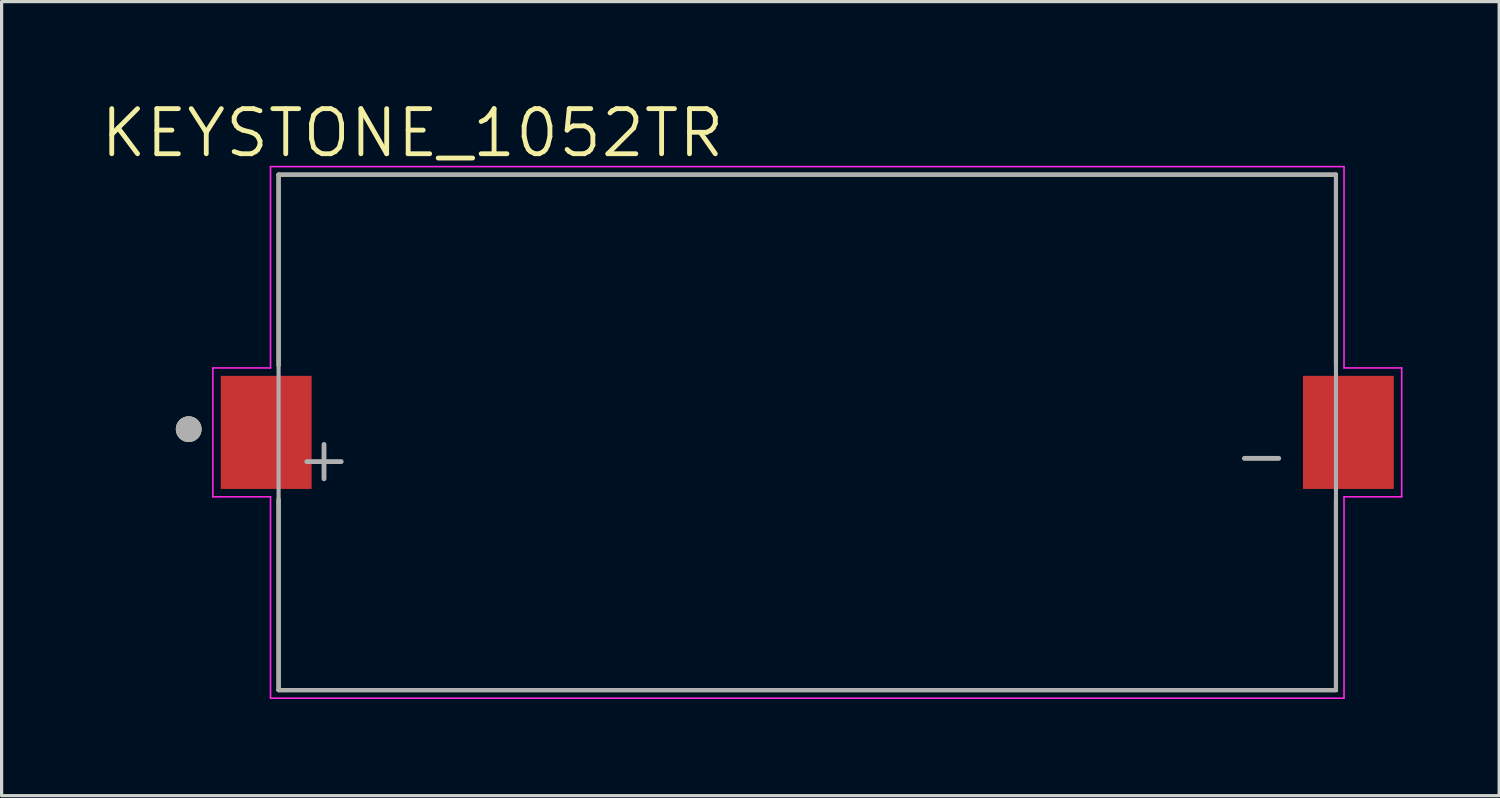
<source format=kicad_pcb>
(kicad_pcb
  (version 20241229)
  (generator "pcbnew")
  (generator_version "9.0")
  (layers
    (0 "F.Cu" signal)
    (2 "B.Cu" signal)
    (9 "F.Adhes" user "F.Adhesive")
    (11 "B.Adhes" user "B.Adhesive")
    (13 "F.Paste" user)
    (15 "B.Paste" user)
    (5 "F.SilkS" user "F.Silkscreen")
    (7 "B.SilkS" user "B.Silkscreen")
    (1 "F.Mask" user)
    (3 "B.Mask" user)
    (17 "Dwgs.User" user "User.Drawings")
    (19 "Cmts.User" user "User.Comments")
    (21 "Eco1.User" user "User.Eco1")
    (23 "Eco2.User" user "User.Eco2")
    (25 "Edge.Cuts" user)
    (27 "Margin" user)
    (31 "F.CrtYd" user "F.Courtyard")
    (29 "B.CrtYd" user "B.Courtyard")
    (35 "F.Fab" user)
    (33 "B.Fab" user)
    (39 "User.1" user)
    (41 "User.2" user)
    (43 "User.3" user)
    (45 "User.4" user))
  (footprint "KEYSTONE_1052TR"
    (layer "F.Cu")
    (at 22.007 10.371)
    (property "Reference" "KEYSTONE_1052TR" (at -12.255 -9.289 0) (layer "F.SilkS") (effects (font (size 1.4 1.4) (thickness 0.15))))
    (attr through_hole)
    (fp_line (start -16.41 -8) (end 16.41 -8) (stroke (width 0.127) (type solid)) (layer "F.SilkS"))
    (fp_line (start -16.41 -2.08) (end -16.41 -8) (stroke (width 0.127) (type solid)) (layer "F.SilkS"))
    (fp_line (start -16.41 8) (end -16.41 2.08) (stroke (width 0.127) (type solid)) (layer "F.SilkS"))
    (fp_line (start 16.41 -8) (end 16.41 -2.08) (stroke (width 0.127) (type solid)) (layer "F.SilkS"))
    (fp_line (start 16.41 2.08) (end 16.41 8) (stroke (width 0.127) (type solid)) (layer "F.SilkS"))
    (fp_line (start 16.41 8) (end -16.41 8) (stroke (width 0.127) (type solid)) (layer "F.SilkS"))
    (fp_circle (center -19.2 -0.1) (end -19 -0.1) (stroke (width 0.4) (type solid)) (fill no) (layer "F.SilkS"))
    (fp_line (start -18.45 -2) (end -16.66 -2) (stroke (width 0.05) (type solid)) (layer "F.CrtYd"))
    (fp_line (start -18.45 2) (end -18.45 -2) (stroke (width 0.05) (type solid)) (layer "F.CrtYd"))
    (fp_line (start -16.66 -8.25) (end 16.66 -8.25) (stroke (width 0.05) (type solid)) (layer "F.CrtYd"))
    (fp_line (start -16.66 -2) (end -16.66 -8.25) (stroke (width 0.05) (type solid)) (layer "F.CrtYd"))
    (fp_line (start -16.66 2) (end -18.45 2) (stroke (width 0.05) (type solid)) (layer "F.CrtYd"))
    (fp_line (start -16.66 8.25) (end -16.66 2) (stroke (width 0.05) (type solid)) (layer "F.CrtYd"))
    (fp_line (start 16.66 -8.25) (end 16.66 -2) (stroke (width 0.05) (type solid)) (layer "F.CrtYd"))
    (fp_line (start 16.66 -2) (end 18.45 -2) (stroke (width 0.05) (type solid)) (layer "F.CrtYd"))
    (fp_line (start 16.66 2) (end 16.66 8.25) (stroke (width 0.05) (type solid)) (layer "F.CrtYd"))
    (fp_line (start 16.66 8.25) (end -16.66 8.25) (stroke (width 0.05) (type solid)) (layer "F.CrtYd"))
    (fp_line (start 18.45 -2) (end 18.45 2) (stroke (width 0.05) (type solid)) (layer "F.CrtYd"))
    (fp_line (start 18.45 2) (end 16.66 2) (stroke (width 0.05) (type solid)) (layer "F.CrtYd"))
    (fp_line (start -16.41 -8) (end 16.41 -8) (stroke (width 0.127) (type solid)) (layer "F.Fab"))
    (fp_line (start -16.41 8) (end -16.41 -8) (stroke (width 0.127) (type solid)) (layer "F.Fab"))
    (fp_line (start 16.41 -8) (end 16.41 8) (stroke (width 0.127) (type solid)) (layer "F.Fab"))
    (fp_line (start 16.41 8) (end -16.41 8) (stroke (width 0.127) (type solid)) (layer "F.Fab"))
    (fp_circle (center -19.2 -0.1) (end -19 -0.1) (stroke (width 0.4) (type solid)) (fill no) (layer "F.Fab"))
    (fp_text user "+" (at -15 0.8 0) (layer "F.Fab") (effects (font (size 1.4 1.4) (thickness 0.15))))
    (fp_text user "-" (at 14.1 0.7 0) (layer "F.Fab") (effects (font (size 1.4 1.4) (thickness 0.15))))
    (pad "N" smd rect (at 16.795 0 90) (size 3.51 2.82) (layers "F.Cu" "F.Mask" "F.Paste"))
    (pad "P" smd rect (at -16.795 0 90) (size 3.51 2.82) (layers "F.Cu" "F.Mask" "F.Paste")))
  (gr_rect
    (start -3 -3)
    (end 43.482 21.646)
    (stroke (width 0.1) (type default))
    (fill no)
    (layer "Edge.Cuts")))
</source>
